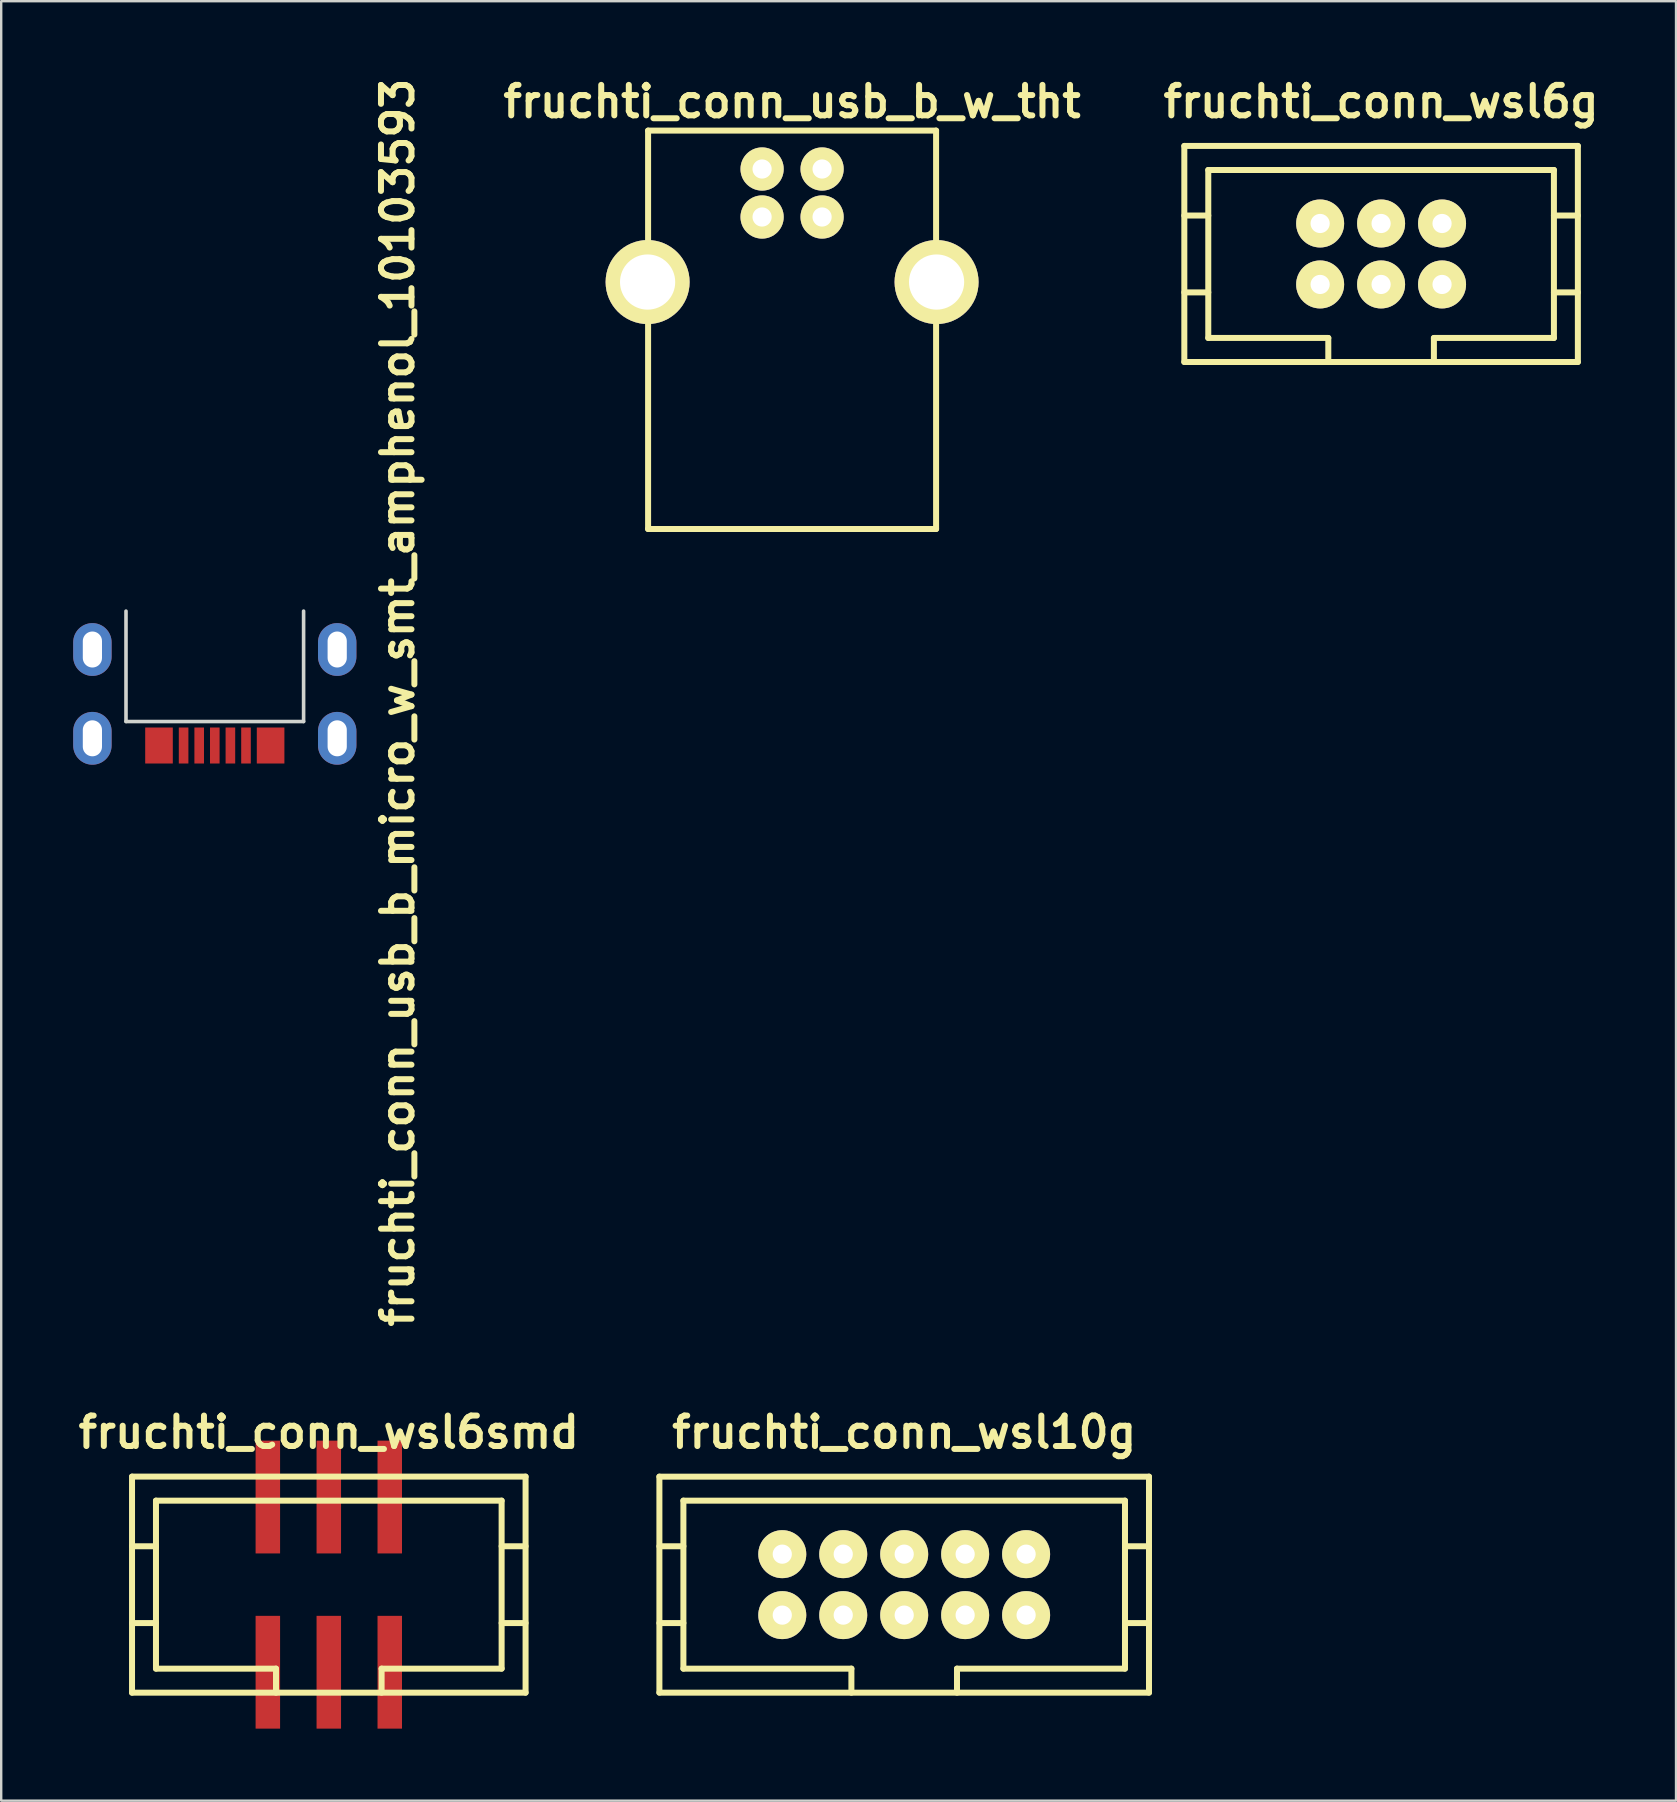
<source format=kicad_pcb>
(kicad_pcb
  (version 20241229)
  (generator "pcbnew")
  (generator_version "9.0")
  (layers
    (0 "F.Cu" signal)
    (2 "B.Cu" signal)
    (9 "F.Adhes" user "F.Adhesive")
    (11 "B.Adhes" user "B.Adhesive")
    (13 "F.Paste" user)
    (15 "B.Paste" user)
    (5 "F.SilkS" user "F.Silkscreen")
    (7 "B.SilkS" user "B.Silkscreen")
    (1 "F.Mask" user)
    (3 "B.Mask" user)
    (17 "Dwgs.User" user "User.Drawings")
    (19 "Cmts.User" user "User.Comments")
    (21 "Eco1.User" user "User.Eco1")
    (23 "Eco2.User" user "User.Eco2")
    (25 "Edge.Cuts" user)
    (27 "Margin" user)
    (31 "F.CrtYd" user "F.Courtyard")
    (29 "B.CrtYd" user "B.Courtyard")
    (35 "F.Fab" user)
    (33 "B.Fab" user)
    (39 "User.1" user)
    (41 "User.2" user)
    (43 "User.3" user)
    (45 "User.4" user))
  (footprint "fruchti_conn_usb_b_micro_w_smt_amphenol_10103593"
    (layer "F.Cu")
    (at 5.9 22.413)
    (property "Reference" "fruchti_conn_usb_b_micro_w_smt_amphenol_10103593" (at 7.62 3.81 90) (layer "F.SilkS") (effects (font (size 1.27 1.27) (thickness 0.25))))
    (attr through_hole)
    (fp_line (start -3.7 0) (end -3.7 4.6) (stroke (width 0.15) (type solid)) (layer "Edge.Cuts"))
    (fp_line (start -3.7 4.6) (end 3.7 4.6) (stroke (width 0.15) (type solid)) (layer "Edge.Cuts"))
    (fp_line (start 3.7 4.6) (end 3.7 0) (stroke (width 0.15) (type solid)) (layer "Edge.Cuts"))
    (pad "1" smd rect (at 1.3 5.6) (size 0.4 1.5) (layers "F.Cu" "F.Mask" "F.Paste"))
    (pad "2" smd rect (at 0.65 5.6) (size 0.4 1.5) (layers "F.Cu" "F.Mask" "F.Paste"))
    (pad "3" smd rect (at 0 5.6) (size 0.4 1.5) (layers "F.Cu" "F.Mask" "F.Paste"))
    (pad "4" smd rect (at -0.65 5.6) (size 0.4 1.5) (layers "F.Cu" "F.Mask" "F.Paste"))
    (pad "5" smd rect (at -1.3 5.6) (size 0.4 1.5) (layers "F.Cu" "F.Mask" "F.Paste"))
    (pad "T" thru_hole oval (at -5.1 1.6) (size 1.6 2.2) (drill oval 0.8 1.5) (layers "*.Mask" "F.Cu" "F.Paste"))
    (pad "T" thru_hole oval (at -5.1 5.3) (size 1.6 2.2) (drill oval 0.8 1.5) (layers "*.Mask" "F.Cu" "F.Paste"))
    (pad "T" smd rect (at -2.325 5.6) (size 1.15 1.5) (layers "F.Cu" "F.Mask" "F.Paste"))
    (pad "T" smd rect (at 2.325 5.6) (size 1.15 1.5) (layers "F.Cu" "F.Mask" "F.Paste"))
    (pad "T" thru_hole oval (at 5.1 1.6) (size 1.6 2.2) (drill oval 0.8 1.5) (layers "*.Mask" "F.Cu" "F.Paste"))
    (pad "T" thru_hole oval (at 5.1 5.3) (size 1.6 2.2) (drill oval 0.8 1.5) (layers "*.Mask" "F.Cu" "F.Paste")))
  (footprint "fruchti_conn_usb_b_w_tht"
    (layer "F.Cu")
    (at 29.954 4.992)
    (property "Reference" "fruchti_conn_usb_b_w_tht" (at 0 -3.81 0) (layer "F.SilkS") (effects (font (size 1.27 1.27) (thickness 0.25))))
    (attr through_hole)
    (fp_line (start -6 -2.6) (end -6 14) (stroke (width 0.25) (type solid)) (layer "F.SilkS"))
    (fp_line (start -6 14) (end 6 14) (stroke (width 0.25) (type solid)) (layer "F.SilkS"))
    (fp_line (start 6 -2.6) (end -6 -2.6) (stroke (width 0.25) (type solid)) (layer "F.SilkS"))
    (fp_line (start 6 -2.6) (end 6 14) (stroke (width 0.25) (type solid)) (layer "F.SilkS"))
    (pad "1" thru_hole circle (at 1.25 -1) (size 1.8 1.8) (drill 0.8) (layers "*.Cu" "*.Mask" "F.SilkS"))
    (pad "2" thru_hole circle (at -1.25 -1) (size 1.8 1.8) (drill 0.8) (layers "*.Cu" "*.Mask" "F.SilkS"))
    (pad "3" thru_hole circle (at -1.25 1) (size 1.8 1.8) (drill 0.8) (layers "*.Cu" "*.Mask" "F.SilkS"))
    (pad "4" thru_hole circle (at 1.25 1) (size 1.8 1.8) (drill 0.8) (layers "*.Cu" "*.Mask" "F.SilkS"))
    (pad "T" thru_hole circle (at -6.02 3.71) (size 3.5 3.5) (drill 2.3) (layers "*.Cu" "*.Mask" "F.SilkS"))
    (pad "T" thru_hole circle (at 6.02 3.71) (size 3.5 3.5) (drill 2.3) (layers "*.Cu" "*.Mask" "F.SilkS")))
  (footprint "fruchti_conn_wsl10g"
    (layer "F.Cu")
    (at 34.625 62.977)
    (property "Reference" "fruchti_conn_wsl10g" (at 0 -6.35 0) (layer "F.SilkS") (effects (font (size 1.27 1.27) (thickness 0.25))))
    (attr through_hole)
    (fp_line (start -10.2 -4.5) (end -10.2 4.5) (stroke (width 0.25) (type solid)) (layer "F.SilkS"))
    (fp_line (start -10.2 -4.5) (end 10.2 -4.5) (stroke (width 0.25) (type solid)) (layer "F.SilkS"))
    (fp_line (start -9.2 -3.5) (end -9.2 3.5) (stroke (width 0.25) (type solid)) (layer "F.SilkS"))
    (fp_line (start -9.2 -1.6) (end -10.2 -1.6) (stroke (width 0.25) (type solid)) (layer "F.SilkS"))
    (fp_line (start -9.2 1.6) (end -10.2 1.6) (stroke (width 0.25) (type solid)) (layer "F.SilkS"))
    (fp_line (start -2.2 3.5) (end -9.2 3.5) (stroke (width 0.25) (type solid)) (layer "F.SilkS"))
    (fp_line (start -2.2 3.5) (end -2.2 4.501) (stroke (width 0.25) (type solid)) (layer "F.SilkS"))
    (fp_line (start 2.2 3.5) (end 2.2 4.501) (stroke (width 0.25) (type solid)) (layer "F.SilkS"))
    (fp_line (start 9.2 -3.5) (end -9.2 -3.5) (stroke (width 0.25) (type solid)) (layer "F.SilkS"))
    (fp_line (start 9.2 -3.5) (end 9.2 3.5) (stroke (width 0.25) (type solid)) (layer "F.SilkS"))
    (fp_line (start 9.2 -1.6) (end 10.2 -1.6) (stroke (width 0.25) (type solid)) (layer "F.SilkS"))
    (fp_line (start 9.2 1.6) (end 10.2 1.6) (stroke (width 0.25) (type solid)) (layer "F.SilkS"))
    (fp_line (start 9.2 3.5) (end 2.2 3.5) (stroke (width 0.25) (type solid)) (layer "F.SilkS"))
    (fp_line (start 10.2 -4.5) (end 10.2 4.5) (stroke (width 0.25) (type solid)) (layer "F.SilkS"))
    (fp_line (start 10.2 4.5) (end -10.2 4.5) (stroke (width 0.25) (type solid)) (layer "F.SilkS"))
    (pad "1" thru_hole circle (at -5.08 1.27) (size 1.999 1.999) (drill 0.8) (layers "*.Cu" "*.Mask" "F.SilkS"))
    (pad "2" thru_hole circle (at -5.08 -1.27) (size 1.999 1.999) (drill 0.8) (layers "*.Cu" "*.Mask" "F.SilkS"))
    (pad "3" thru_hole circle (at -2.54 1.27) (size 1.999 1.999) (drill 0.8) (layers "*.Cu" "*.Mask" "F.SilkS"))
    (pad "4" thru_hole circle (at -2.54 -1.27) (size 1.999 1.999) (drill 0.8) (layers "*.Cu" "*.Mask" "F.SilkS"))
    (pad "5" thru_hole circle (at 0 1.27) (size 1.999 1.999) (drill 0.8) (layers "*.Cu" "*.Mask" "F.SilkS"))
    (pad "6" thru_hole circle (at 0 -1.27) (size 1.999 1.999) (drill 0.8) (layers "*.Cu" "*.Mask" "F.SilkS"))
    (pad "7" thru_hole circle (at 2.54 1.27) (size 1.999 1.999) (drill 0.8) (layers "*.Cu" "*.Mask" "F.SilkS"))
    (pad "8" thru_hole circle (at 2.54 -1.27) (size 1.999 1.999) (drill 0.8) (layers "*.Cu" "*.Mask" "F.SilkS"))
    (pad "9" thru_hole circle (at 5.08 1.27) (size 1.999 1.999) (drill 0.8) (layers "*.Cu" "*.Mask" "F.SilkS"))
    (pad "10" thru_hole circle (at 5.08 -1.27) (size 1.999 1.999) (drill 0.8) (layers "*.Cu" "*.Mask" "F.SilkS")))
  (footprint "fruchti_conn_wsl6g"
    (layer "F.Cu")
    (at 54.496 7.532)
    (property "Reference" "fruchti_conn_wsl6g" (at 0 -6.35 0) (layer "F.SilkS") (effects (font (size 1.27 1.27) (thickness 0.25))))
    (attr through_hole)
    (fp_line (start -8.199 -4.501) (end -8.199 4.501) (stroke (width 0.25) (type solid)) (layer "F.SilkS"))
    (fp_line (start -8.199 4.501) (end 8.199 4.501) (stroke (width 0.25) (type solid)) (layer "F.SilkS"))
    (fp_line (start -7.201 -3.5) (end 7.201 -3.5) (stroke (width 0.25) (type solid)) (layer "F.SilkS"))
    (fp_line (start -7.201 -1.6) (end -8.199 -1.6) (stroke (width 0.25) (type solid)) (layer "F.SilkS"))
    (fp_line (start -7.201 1.6) (end -8.199 1.6) (stroke (width 0.25) (type solid)) (layer "F.SilkS"))
    (fp_line (start -7.201 3.5) (end -7.201 -3.5) (stroke (width 0.25) (type solid)) (layer "F.SilkS"))
    (fp_line (start -7.201 3.5) (end -2.2 3.5) (stroke (width 0.25) (type solid)) (layer "F.SilkS"))
    (fp_line (start -2.2 3.5) (end -2.2 4.501) (stroke (width 0.25) (type solid)) (layer "F.SilkS"))
    (fp_line (start 2.2 3.5) (end 2.2 4.501) (stroke (width 0.25) (type solid)) (layer "F.SilkS"))
    (fp_line (start 2.2 3.5) (end 7.201 3.5) (stroke (width 0.25) (type solid)) (layer "F.SilkS"))
    (fp_line (start 7.201 -3.5) (end 7.201 3.5) (stroke (width 0.25) (type solid)) (layer "F.SilkS"))
    (fp_line (start 8.199 -4.501) (end -8.199 -4.501) (stroke (width 0.25) (type solid)) (layer "F.SilkS"))
    (fp_line (start 8.199 -1.6) (end 7.201 -1.6) (stroke (width 0.25) (type solid)) (layer "F.SilkS"))
    (fp_line (start 8.199 1.6) (end 7.201 1.6) (stroke (width 0.25) (type solid)) (layer "F.SilkS"))
    (fp_line (start 8.199 4.501) (end 8.199 -4.501) (stroke (width 0.25) (type solid)) (layer "F.SilkS"))
    (pad "1" thru_hole circle (at -2.54 1.27) (size 1.999 1.999) (drill 0.8) (layers "*.Cu" "*.Mask" "F.SilkS"))
    (pad "2" thru_hole circle (at -2.54 -1.27) (size 1.999 1.999) (drill 0.8) (layers "*.Cu" "*.Mask" "F.SilkS"))
    (pad "3" thru_hole circle (at 0 1.27) (size 1.999 1.999) (drill 0.8) (layers "*.Cu" "*.Mask" "F.SilkS"))
    (pad "4" thru_hole circle (at 0 -1.27) (size 1.999 1.999) (drill 0.8) (layers "*.Cu" "*.Mask" "F.SilkS"))
    (pad "5" thru_hole circle (at 2.54 1.27) (size 1.999 1.999) (drill 0.8) (layers "*.Cu" "*.Mask" "F.SilkS"))
    (pad "6" thru_hole circle (at 2.54 -1.27) (size 1.999 1.999) (drill 0.8) (layers "*.Cu" "*.Mask" "F.SilkS")))
  (footprint "fruchti_conn_wsl6smd"
    (layer "F.Cu")
    (at 10.65 62.977)
    (property "Reference" "fruchti_conn_wsl6smd" (at 0 -6.35 0) (layer "F.SilkS") (effects (font (size 1.27 1.27) (thickness 0.25))))
    (attr through_hole)
    (fp_line (start -8.199 -4.501) (end -8.199 4.501) (stroke (width 0.25) (type solid)) (layer "F.SilkS"))
    (fp_line (start -8.199 4.501) (end 8.199 4.501) (stroke (width 0.25) (type solid)) (layer "F.SilkS"))
    (fp_line (start -7.201 -3.5) (end 7.201 -3.5) (stroke (width 0.25) (type solid)) (layer "F.SilkS"))
    (fp_line (start -7.201 -1.6) (end -8.199 -1.6) (stroke (width 0.25) (type solid)) (layer "F.SilkS"))
    (fp_line (start -7.201 1.6) (end -8.199 1.6) (stroke (width 0.25) (type solid)) (layer "F.SilkS"))
    (fp_line (start -7.201 3.5) (end -7.201 -3.5) (stroke (width 0.25) (type solid)) (layer "F.SilkS"))
    (fp_line (start -7.201 3.5) (end -2.2 3.5) (stroke (width 0.25) (type solid)) (layer "F.SilkS"))
    (fp_line (start -2.2 3.5) (end -2.2 4.501) (stroke (width 0.25) (type solid)) (layer "F.SilkS"))
    (fp_line (start 2.2 3.5) (end 2.2 4.501) (stroke (width 0.25) (type solid)) (layer "F.SilkS"))
    (fp_line (start 2.2 3.5) (end 7.201 3.5) (stroke (width 0.25) (type solid)) (layer "F.SilkS"))
    (fp_line (start 7.201 -3.5) (end 7.201 3.5) (stroke (width 0.25) (type solid)) (layer "F.SilkS"))
    (fp_line (start 8.199 -4.501) (end -8.199 -4.501) (stroke (width 0.25) (type solid)) (layer "F.SilkS"))
    (fp_line (start 8.199 -1.6) (end 7.201 -1.6) (stroke (width 0.25) (type solid)) (layer "F.SilkS"))
    (fp_line (start 8.199 1.6) (end 7.201 1.6) (stroke (width 0.25) (type solid)) (layer "F.SilkS"))
    (fp_line (start 8.199 4.501) (end 8.199 -4.501) (stroke (width 0.25) (type solid)) (layer "F.SilkS"))
    (pad "1" smd rect (at -2.54 3.65) (size 1.02 4.7) (layers "F.Cu" "F.Mask" "F.Paste"))
    (pad "2" smd rect (at -2.54 -3.65) (size 1.02 4.7) (layers "F.Cu" "F.Mask" "F.Paste"))
    (pad "3" smd rect (at 0 3.65) (size 1.02 4.7) (layers "F.Cu" "F.Mask" "F.Paste"))
    (pad "4" smd rect (at 0 -3.65) (size 1.02 4.7) (layers "F.Cu" "F.Mask" "F.Paste"))
    (pad "5" smd rect (at 2.54 3.65) (size 1.02 4.7) (layers "F.Cu" "F.Mask" "F.Paste"))
    (pad "6" smd rect (at 2.54 -3.65) (size 1.02 4.7) (layers "F.Cu" "F.Mask" "F.Paste")))
  (gr_rect
    (start -3 -3)
    (end 66.785 71.977)
    (stroke (width 0.1) (type default))
    (fill no)
    (layer "Edge.Cuts")))
</source>
